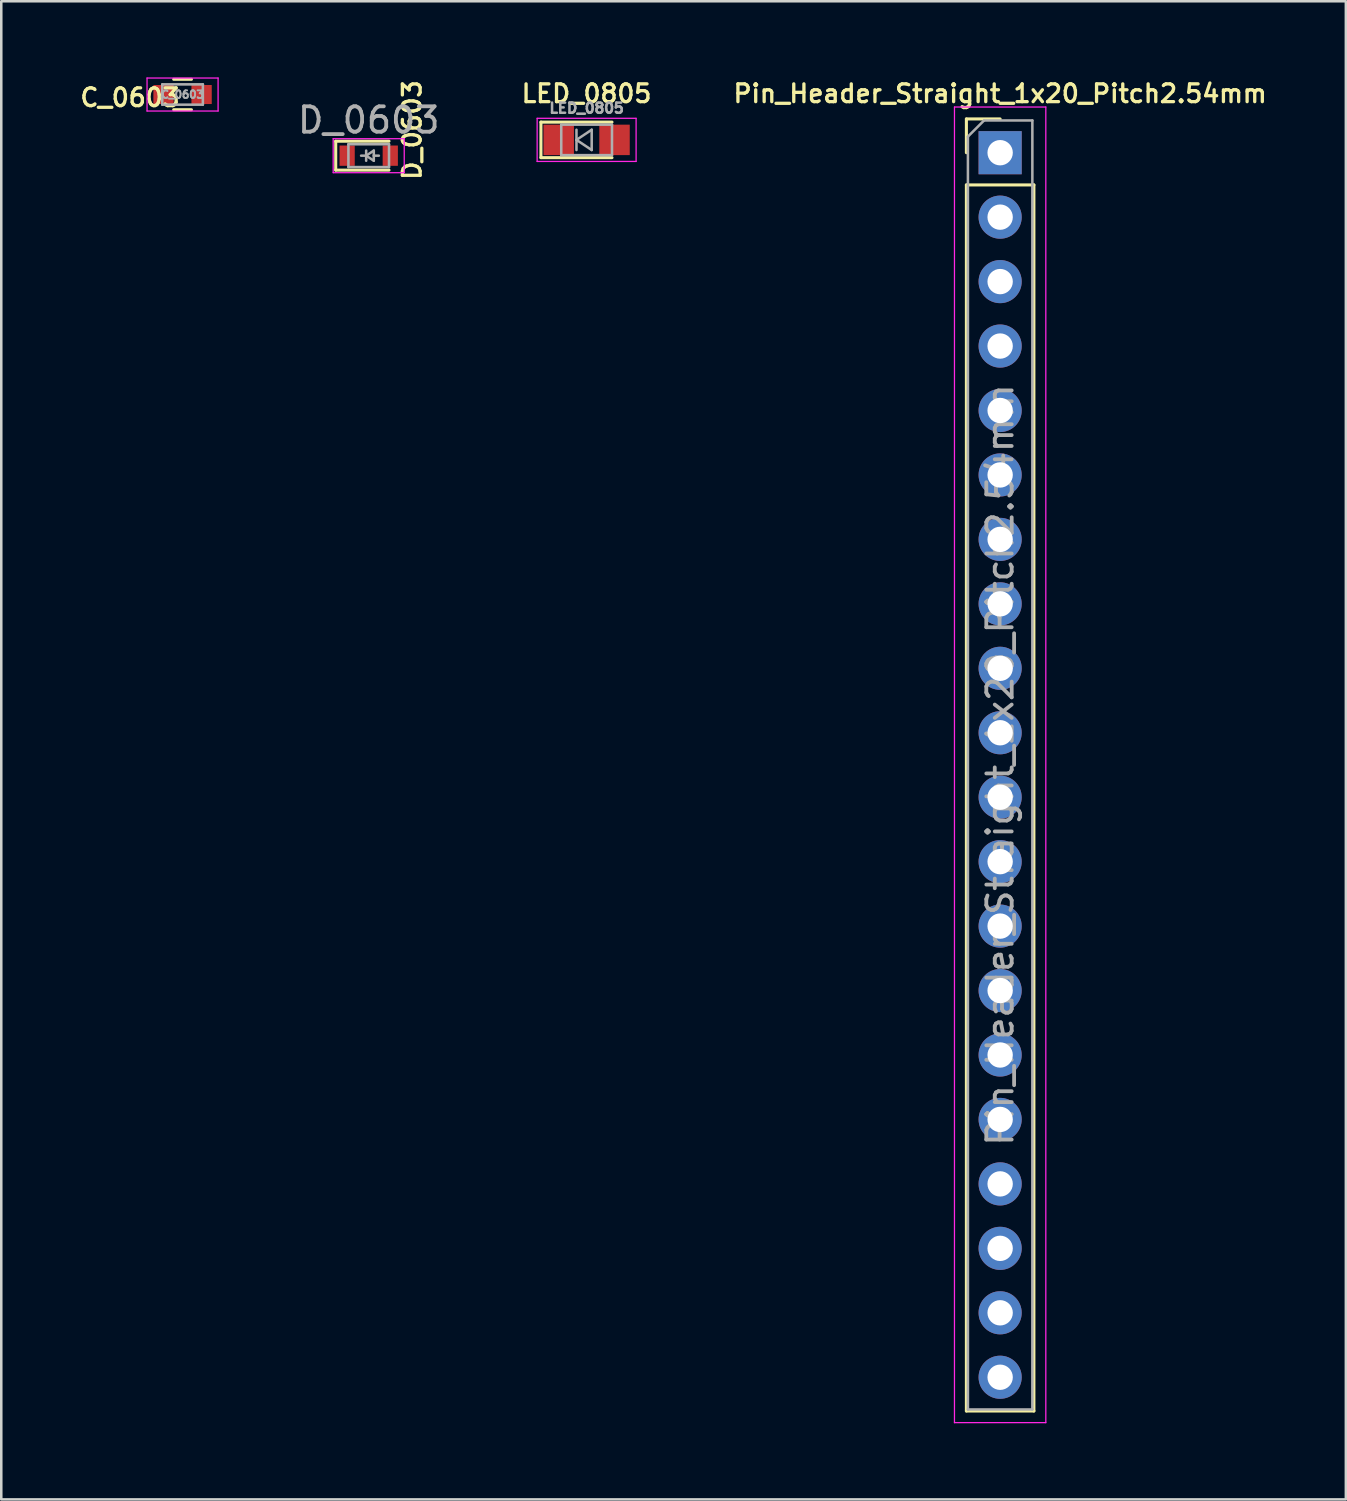
<source format=kicad_pcb>
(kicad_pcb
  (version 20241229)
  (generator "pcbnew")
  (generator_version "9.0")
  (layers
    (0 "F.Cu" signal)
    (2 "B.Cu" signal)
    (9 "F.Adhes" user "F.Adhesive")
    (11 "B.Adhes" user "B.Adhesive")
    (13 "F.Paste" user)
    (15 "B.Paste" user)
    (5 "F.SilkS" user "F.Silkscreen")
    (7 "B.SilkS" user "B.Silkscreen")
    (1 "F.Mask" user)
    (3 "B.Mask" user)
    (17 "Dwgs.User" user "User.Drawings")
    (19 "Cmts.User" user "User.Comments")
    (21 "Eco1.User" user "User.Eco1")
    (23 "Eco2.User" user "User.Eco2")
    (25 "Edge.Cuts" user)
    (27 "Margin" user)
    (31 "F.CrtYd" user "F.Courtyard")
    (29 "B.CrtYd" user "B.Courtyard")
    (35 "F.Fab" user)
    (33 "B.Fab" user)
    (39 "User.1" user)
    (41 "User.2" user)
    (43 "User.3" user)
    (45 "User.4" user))
  (footprint "C_0603"
    (layer "F.Cu")
    (at 4.145 0.675)
    (property "Reference" "C_0603" (at -2.07 0.12 0) (layer "F.SilkS") (effects (font (size 0.7 0.7) (thickness 0.13))))
    (attr smd)
    (fp_line (start -0.35 -0.6) (end 0.35 -0.6) (stroke (width 0.12) (type solid)) (layer "F.SilkS"))
    (fp_line (start 0.35 0.6) (end -0.35 0.6) (stroke (width 0.12) (type solid)) (layer "F.SilkS"))
    (fp_line (start -1.4 -0.65) (end -1.4 0.65) (stroke (width 0.05) (type solid)) (layer "F.CrtYd"))
    (fp_line (start -1.4 -0.65) (end 1.4 -0.65) (stroke (width 0.05) (type solid)) (layer "F.CrtYd"))
    (fp_line (start 1.4 0.65) (end -1.4 0.65) (stroke (width 0.05) (type solid)) (layer "F.CrtYd"))
    (fp_line (start 1.4 0.65) (end 1.4 -0.65) (stroke (width 0.05) (type solid)) (layer "F.CrtYd"))
    (fp_line (start -0.8 -0.4) (end 0.8 -0.4) (stroke (width 0.1) (type solid)) (layer "F.Fab"))
    (fp_line (start -0.8 0.4) (end -0.8 -0.4) (stroke (width 0.1) (type solid)) (layer "F.Fab"))
    (fp_line (start 0.8 -0.4) (end 0.8 0.4) (stroke (width 0.1) (type solid)) (layer "F.Fab"))
    (fp_line (start 0.8 0.4) (end -0.8 0.4) (stroke (width 0.1) (type solid)) (layer "F.Fab"))
    (fp_text user "${REFERENCE}" (at 0 0 0) (layer "F.Fab") (effects (font (size 0.3 0.3) (thickness 0.075))))
    (pad "1" smd rect (at -0.75 0) (size 0.8 0.75) (layers "F.Cu" "F.Mask" "F.Paste"))
    (pad "2" smd rect (at 0.75 0) (size 0.8 0.75) (layers "F.Cu" "F.Mask" "F.Paste")))
  (footprint "LED_0805"
    (layer "F.Cu")
    (at 20.069 2.463)
    (property "Reference" "LED_0805" (at -0.003 -1.825 0) (layer "F.SilkS") (effects (font (size 0.7 0.7) (thickness 0.13))))
    (attr smd)
    (fp_line (start -1.8 -0.7) (end -1.8 0.7) (stroke (width 0.12) (type solid)) (layer "F.SilkS"))
    (fp_line (start -1.8 -0.7) (end 1 -0.7) (stroke (width 0.12) (type solid)) (layer "F.SilkS"))
    (fp_line (start -1.8 0.7) (end 1 0.7) (stroke (width 0.12) (type solid)) (layer "F.SilkS"))
    (fp_line (start -1.95 -0.85) (end 1.95 -0.85) (stroke (width 0.05) (type solid)) (layer "F.CrtYd"))
    (fp_line (start -1.95 0.85) (end -1.95 -0.85) (stroke (width 0.05) (type solid)) (layer "F.CrtYd"))
    (fp_line (start 1.95 -0.85) (end 1.95 0.85) (stroke (width 0.05) (type solid)) (layer "F.CrtYd"))
    (fp_line (start 1.95 0.85) (end -1.95 0.85) (stroke (width 0.05) (type solid)) (layer "F.CrtYd"))
    (fp_line (start -1 -0.6) (end 1 -0.6) (stroke (width 0.1) (type solid)) (layer "F.Fab"))
    (fp_line (start -1 0.6) (end -1 -0.6) (stroke (width 0.1) (type solid)) (layer "F.Fab"))
    (fp_line (start -0.4 -0.4) (end -0.4 0.4) (stroke (width 0.1) (type solid)) (layer "F.Fab"))
    (fp_line (start -0.4 0) (end 0.2 -0.4) (stroke (width 0.1) (type solid)) (layer "F.Fab"))
    (fp_line (start 0.2 -0.4) (end 0.2 0.4) (stroke (width 0.1) (type solid)) (layer "F.Fab"))
    (fp_line (start 0.2 0.4) (end -0.4 0) (stroke (width 0.1) (type solid)) (layer "F.Fab"))
    (fp_line (start 1 -0.6) (end 1 0.6) (stroke (width 0.1) (type solid)) (layer "F.Fab"))
    (fp_line (start 1 0.6) (end -1 0.6) (stroke (width 0.1) (type solid)) (layer "F.Fab"))
    (fp_text user "${REFERENCE}" (at 0 -1.25 0) (layer "F.Fab") (effects (font (size 0.4 0.4) (thickness 0.1))))
    (pad "1" smd rect (at -1.1 0 180) (size 1.2 1.2) (layers "F.Cu" "F.Mask" "F.Paste"))
    (pad "2" smd rect (at 1.1 0 180) (size 1.2 1.2) (layers "F.Cu" "F.Mask" "F.Paste")))
  (footprint "D_0603"
    (layer "F.Cu")
    (at 11.481 3.085)
    (property "Reference" "D_0603" (at 1.71 -1.01 90) (layer "F.SilkS") (effects (font (size 0.7 0.7) (thickness 0.13))))
    (attr smd)
    (fp_line (start -1.3 -0.57) (end -1.3 0.57) (stroke (width 0.12) (type solid)) (layer "F.SilkS"))
    (fp_line (start -1.3 -0.57) (end 0.8 -0.57) (stroke (width 0.12) (type solid)) (layer "F.SilkS"))
    (fp_line (start -1.3 0.57) (end 0.8 0.57) (stroke (width 0.12) (type solid)) (layer "F.SilkS"))
    (fp_line (start -1.4 -0.67) (end -1.4 0.67) (stroke (width 0.05) (type solid)) (layer "F.CrtYd"))
    (fp_line (start -1.4 0.67) (end 1.4 0.67) (stroke (width 0.05) (type solid)) (layer "F.CrtYd"))
    (fp_line (start 1.4 -0.67) (end -1.4 -0.67) (stroke (width 0.05) (type solid)) (layer "F.CrtYd"))
    (fp_line (start 1.4 0.67) (end 1.4 -0.67) (stroke (width 0.05) (type solid)) (layer "F.CrtYd"))
    (fp_line (start -0.8 -0.45) (end 0.8 -0.45) (stroke (width 0.1) (type solid)) (layer "F.Fab"))
    (fp_line (start -0.8 0.45) (end -0.8 -0.45) (stroke (width 0.1) (type solid)) (layer "F.Fab"))
    (fp_line (start -0.1 -0.2) (end -0.1 0.2) (stroke (width 0.1) (type solid)) (layer "F.Fab"))
    (fp_line (start -0.1 0) (end -0.3 0) (stroke (width 0.1) (type solid)) (layer "F.Fab"))
    (fp_line (start -0.1 0) (end 0.2 0.2) (stroke (width 0.1) (type solid)) (layer "F.Fab"))
    (fp_line (start 0.2 -0.2) (end -0.1 0) (stroke (width 0.1) (type solid)) (layer "F.Fab"))
    (fp_line (start 0.2 0) (end 0.4 0) (stroke (width 0.1) (type solid)) (layer "F.Fab"))
    (fp_line (start 0.2 0.2) (end 0.2 -0.2) (stroke (width 0.1) (type solid)) (layer "F.Fab"))
    (fp_line (start 0.8 -0.45) (end 0.8 0.45) (stroke (width 0.1) (type solid)) (layer "F.Fab"))
    (fp_line (start 0.8 0.45) (end -0.8 0.45) (stroke (width 0.1) (type solid)) (layer "F.Fab"))
    (fp_text user "${REFERENCE}" (at 0 -1.4 0) (layer "F.Fab") (effects (font (size 1 1) (thickness 0.15))))
    (pad "1" smd rect (at -0.85 0) (size 0.6 0.8) (layers "F.Cu" "F.Mask" "F.Paste"))
    (pad "2" smd rect (at 0.85 0) (size 0.6 0.8) (layers "F.Cu" "F.Mask" "F.Paste")))
  (footprint "Pin_Header_Straight_1x20_Pitch2.54mm"
    (layer "F.Cu")
    (at 36.366 2.968)
    (property "Reference" "Pin_Header_Straight_1x20_Pitch2.54mm" (at 0 -2.33 0) (layer "F.SilkS") (effects (font (size 0.7 0.7) (thickness 0.13))))
    (attr through_hole)
    (fp_line (start -1.33 -1.33) (end 0 -1.33) (stroke (width 0.12) (type solid)) (layer "F.SilkS"))
    (fp_line (start -1.33 0) (end -1.33 -1.33) (stroke (width 0.12) (type solid)) (layer "F.SilkS"))
    (fp_line (start -1.33 1.27) (end -1.33 49.59) (stroke (width 0.12) (type solid)) (layer "F.SilkS"))
    (fp_line (start -1.33 1.27) (end 1.33 1.27) (stroke (width 0.12) (type solid)) (layer "F.SilkS"))
    (fp_line (start -1.33 49.59) (end 1.33 49.59) (stroke (width 0.12) (type solid)) (layer "F.SilkS"))
    (fp_line (start 1.33 1.27) (end 1.33 49.59) (stroke (width 0.12) (type solid)) (layer "F.SilkS"))
    (fp_line (start -1.8 -1.8) (end -1.8 50.05) (stroke (width 0.05) (type solid)) (layer "F.CrtYd"))
    (fp_line (start -1.8 50.05) (end 1.8 50.05) (stroke (width 0.05) (type solid)) (layer "F.CrtYd"))
    (fp_line (start 1.8 -1.8) (end -1.8 -1.8) (stroke (width 0.05) (type solid)) (layer "F.CrtYd"))
    (fp_line (start 1.8 50.05) (end 1.8 -1.8) (stroke (width 0.05) (type solid)) (layer "F.CrtYd"))
    (fp_line (start -1.27 -0.635) (end -0.635 -1.27) (stroke (width 0.1) (type solid)) (layer "F.Fab"))
    (fp_line (start -1.27 49.53) (end -1.27 -0.635) (stroke (width 0.1) (type solid)) (layer "F.Fab"))
    (fp_line (start -0.635 -1.27) (end 1.27 -1.27) (stroke (width 0.1) (type solid)) (layer "F.Fab"))
    (fp_line (start 1.27 -1.27) (end 1.27 49.53) (stroke (width 0.1) (type solid)) (layer "F.Fab"))
    (fp_line (start 1.27 49.53) (end -1.27 49.53) (stroke (width 0.1) (type solid)) (layer "F.Fab"))
    (fp_text user "${REFERENCE}" (at 0 24.13 90) (layer "F.Fab") (effects (font (size 1 1) (thickness 0.15))))
    (pad "1" thru_hole rect (at 0 0) (size 1.7 1.7) (drill 1) (layers "*.Cu" "*.Mask"))
    (pad "2" thru_hole oval (at 0 2.54) (size 1.7 1.7) (drill 1) (layers "*.Cu" "*.Mask"))
    (pad "3" thru_hole oval (at 0 5.08) (size 1.7 1.7) (drill 1) (layers "*.Cu" "*.Mask"))
    (pad "4" thru_hole oval (at 0 7.62) (size 1.7 1.7) (drill 1) (layers "*.Cu" "*.Mask"))
    (pad "5" thru_hole oval (at 0 10.16) (size 1.7 1.7) (drill 1) (layers "*.Cu" "*.Mask"))
    (pad "6" thru_hole oval (at 0 12.7) (size 1.7 1.7) (drill 1) (layers "*.Cu" "*.Mask"))
    (pad "7" thru_hole oval (at 0 15.24) (size 1.7 1.7) (drill 1) (layers "*.Cu" "*.Mask"))
    (pad "8" thru_hole oval (at 0 17.78) (size 1.7 1.7) (drill 1) (layers "*.Cu" "*.Mask"))
    (pad "9" thru_hole oval (at 0 20.32) (size 1.7 1.7) (drill 1) (layers "*.Cu" "*.Mask"))
    (pad "10" thru_hole oval (at 0 22.86) (size 1.7 1.7) (drill 1) (layers "*.Cu" "*.Mask"))
    (pad "11" thru_hole oval (at 0 25.4) (size 1.7 1.7) (drill 1) (layers "*.Cu" "*.Mask"))
    (pad "12" thru_hole oval (at 0 27.94) (size 1.7 1.7) (drill 1) (layers "*.Cu" "*.Mask"))
    (pad "13" thru_hole oval (at 0 30.48) (size 1.7 1.7) (drill 1) (layers "*.Cu" "*.Mask"))
    (pad "14" thru_hole oval (at 0 33.02) (size 1.7 1.7) (drill 1) (layers "*.Cu" "*.Mask"))
    (pad "15" thru_hole oval (at 0 35.56) (size 1.7 1.7) (drill 1) (layers "*.Cu" "*.Mask"))
    (pad "16" thru_hole oval (at 0 38.1) (size 1.7 1.7) (drill 1) (layers "*.Cu" "*.Mask"))
    (pad "17" thru_hole oval (at 0 40.64) (size 1.7 1.7) (drill 1) (layers "*.Cu" "*.Mask"))
    (pad "18" thru_hole oval (at 0 43.18) (size 1.7 1.7) (drill 1) (layers "*.Cu" "*.Mask"))
    (pad "19" thru_hole oval (at 0 45.72) (size 1.7 1.7) (drill 1) (layers "*.Cu" "*.Mask"))
    (pad "20" thru_hole oval (at 0 48.26) (size 1.7 1.7) (drill 1) (layers "*.Cu" "*.Mask")))
  (gr_rect
    (start -3 -3)
    (end 49.991 56.043)
    (stroke (width 0.1) (type default))
    (fill no)
    (layer "Edge.Cuts")))
</source>
